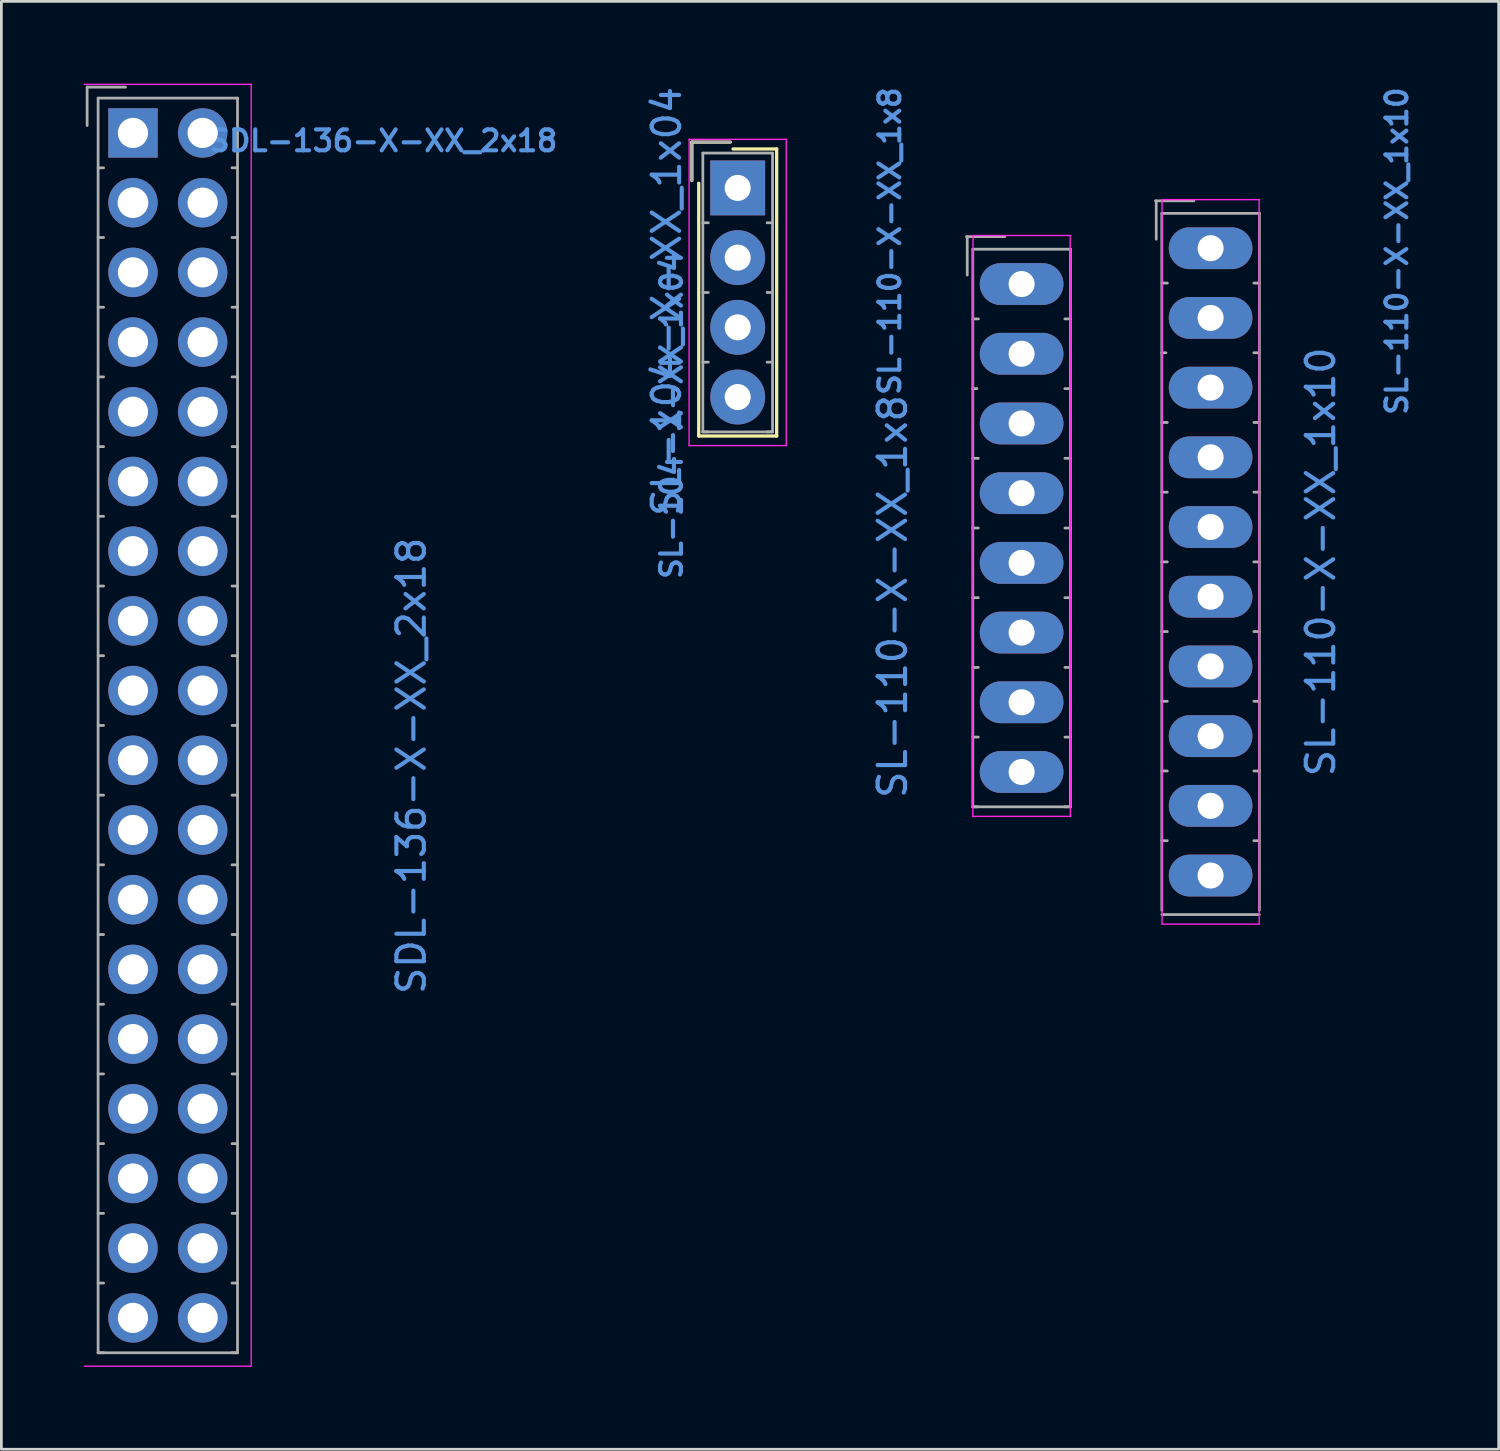
<source format=kicad_pcb>
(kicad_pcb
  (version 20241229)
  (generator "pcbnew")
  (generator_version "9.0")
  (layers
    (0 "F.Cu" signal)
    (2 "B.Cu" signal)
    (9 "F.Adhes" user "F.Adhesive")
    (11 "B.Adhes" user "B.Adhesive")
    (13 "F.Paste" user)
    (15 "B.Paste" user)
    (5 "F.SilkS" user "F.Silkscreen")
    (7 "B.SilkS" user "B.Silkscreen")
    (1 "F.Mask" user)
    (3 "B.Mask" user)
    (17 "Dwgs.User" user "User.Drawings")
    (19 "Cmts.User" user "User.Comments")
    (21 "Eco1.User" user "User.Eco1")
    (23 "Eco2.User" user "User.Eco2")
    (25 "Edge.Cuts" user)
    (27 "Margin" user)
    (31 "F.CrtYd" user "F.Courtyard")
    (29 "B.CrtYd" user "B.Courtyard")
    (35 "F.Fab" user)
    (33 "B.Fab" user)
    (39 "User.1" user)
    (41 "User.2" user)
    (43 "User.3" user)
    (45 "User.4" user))
  (footprint "SDL-136-X-XX_2x18"
    (layer "F.Cu")
    (at 1.795 1.795)
    (property "Reference" "SDL-136-X-XX_2x18" (at 9.119 0.287 0) (layer "Cmts.User") (effects (font (size 0.762 0.762) (thickness 0.15))))
    (attr through_hole)
    (fp_line (start -1.77 44.94) (end 4.31 44.94) (stroke (width 0.05) (type solid)) (layer "F.CrtYd"))
    (fp_line (start 4.31 -1.77) (end -1.77 -1.77) (stroke (width 0.05) (type solid)) (layer "F.CrtYd"))
    (fp_line (start 4.31 44.94) (end 4.31 -1.77) (stroke (width 0.05) (type solid)) (layer "F.CrtYd"))
    (fp_line (start -1.67 -1.67) (end -1.67 -0.27) (stroke (width 0.1) (type solid)) (layer "F.Fab"))
    (fp_line (start -1.27 -1.27) (end -1.27 44.45) (stroke (width 0.1) (type solid)) (layer "F.Fab"))
    (fp_line (start -1.27 1.27) (end -1.07 1.27) (stroke (width 0.1) (type solid)) (layer "F.Fab"))
    (fp_line (start -1.27 3.81) (end -1.07 3.81) (stroke (width 0.1) (type solid)) (layer "F.Fab"))
    (fp_line (start -1.27 6.35) (end -1.07 6.35) (stroke (width 0.1) (type solid)) (layer "F.Fab"))
    (fp_line (start -1.27 8.89) (end -1.07 8.89) (stroke (width 0.1) (type solid)) (layer "F.Fab"))
    (fp_line (start -1.27 11.43) (end -1.07 11.43) (stroke (width 0.1) (type solid)) (layer "F.Fab"))
    (fp_line (start -1.27 13.97) (end -1.07 13.97) (stroke (width 0.1) (type solid)) (layer "F.Fab"))
    (fp_line (start -1.27 16.51) (end -1.07 16.51) (stroke (width 0.1) (type solid)) (layer "F.Fab"))
    (fp_line (start -1.27 19.05) (end -1.07 19.05) (stroke (width 0.1) (type solid)) (layer "F.Fab"))
    (fp_line (start -1.27 21.59) (end -1.07 21.59) (stroke (width 0.1) (type solid)) (layer "F.Fab"))
    (fp_line (start -1.27 24.13) (end -1.07 24.13) (stroke (width 0.1) (type solid)) (layer "F.Fab"))
    (fp_line (start -1.27 26.67) (end -1.07 26.67) (stroke (width 0.1) (type solid)) (layer "F.Fab"))
    (fp_line (start -1.27 29.21) (end -1.07 29.21) (stroke (width 0.1) (type solid)) (layer "F.Fab"))
    (fp_line (start -1.27 31.75) (end -1.07 31.75) (stroke (width 0.1) (type solid)) (layer "F.Fab"))
    (fp_line (start -1.27 34.29) (end -1.07 34.29) (stroke (width 0.1) (type solid)) (layer "F.Fab"))
    (fp_line (start -1.27 36.83) (end -1.07 36.83) (stroke (width 0.1) (type solid)) (layer "F.Fab"))
    (fp_line (start -1.27 39.37) (end -1.07 39.37) (stroke (width 0.1) (type solid)) (layer "F.Fab"))
    (fp_line (start -1.27 41.91) (end -1.07 41.91) (stroke (width 0.1) (type solid)) (layer "F.Fab"))
    (fp_line (start -1.27 44.45) (end -1.07 44.45) (stroke (width 0.1) (type solid)) (layer "F.Fab"))
    (fp_line (start -1.27 44.45) (end 3.81 44.45) (stroke (width 0.1) (type solid)) (layer "F.Fab"))
    (fp_line (start -0.27 -1.67) (end -1.67 -1.67) (stroke (width 0.1) (type solid)) (layer "F.Fab"))
    (fp_line (start 3.81 -1.27) (end -1.27 -1.27) (stroke (width 0.1) (type solid)) (layer "F.Fab"))
    (fp_line (start 3.81 1.27) (end 3.61 1.27) (stroke (width 0.1) (type solid)) (layer "F.Fab"))
    (fp_line (start 3.81 3.81) (end 3.61 3.81) (stroke (width 0.1) (type solid)) (layer "F.Fab"))
    (fp_line (start 3.81 6.35) (end 3.61 6.35) (stroke (width 0.1) (type solid)) (layer "F.Fab"))
    (fp_line (start 3.81 8.89) (end 3.61 8.89) (stroke (width 0.1) (type solid)) (layer "F.Fab"))
    (fp_line (start 3.81 11.43) (end 3.61 11.43) (stroke (width 0.1) (type solid)) (layer "F.Fab"))
    (fp_line (start 3.81 13.97) (end 3.61 13.97) (stroke (width 0.1) (type solid)) (layer "F.Fab"))
    (fp_line (start 3.81 16.51) (end 3.61 16.51) (stroke (width 0.1) (type solid)) (layer "F.Fab"))
    (fp_line (start 3.81 19.05) (end 3.61 19.05) (stroke (width 0.1) (type solid)) (layer "F.Fab"))
    (fp_line (start 3.81 21.59) (end 3.61 21.59) (stroke (width 0.1) (type solid)) (layer "F.Fab"))
    (fp_line (start 3.81 24.13) (end 3.61 24.13) (stroke (width 0.1) (type solid)) (layer "F.Fab"))
    (fp_line (start 3.81 26.67) (end 3.61 26.67) (stroke (width 0.1) (type solid)) (layer "F.Fab"))
    (fp_line (start 3.81 29.21) (end 3.61 29.21) (stroke (width 0.1) (type solid)) (layer "F.Fab"))
    (fp_line (start 3.81 31.75) (end 3.61 31.75) (stroke (width 0.1) (type solid)) (layer "F.Fab"))
    (fp_line (start 3.81 34.29) (end 3.61 34.29) (stroke (width 0.1) (type solid)) (layer "F.Fab"))
    (fp_line (start 3.81 36.83) (end 3.61 36.83) (stroke (width 0.1) (type solid)) (layer "F.Fab"))
    (fp_line (start 3.81 39.37) (end 3.61 39.37) (stroke (width 0.1) (type solid)) (layer "F.Fab"))
    (fp_line (start 3.81 41.91) (end 3.61 41.91) (stroke (width 0.1) (type solid)) (layer "F.Fab"))
    (fp_line (start 3.81 44.45) (end 3.61 44.45) (stroke (width 0.1) (type solid)) (layer "F.Fab"))
    (fp_line (start 3.81 44.45) (end 3.81 -1.27) (stroke (width 0.1) (type solid)) (layer "F.Fab"))
    (fp_text user "${REFERENCE}" (at 10.144 23.062 90) (layer "Cmts.User") (effects (font (size 1 1) (thickness 0.15))))
    (pad "1" thru_hole rect (at 0 0) (size 1.8 1.8) (drill 1.1) (layers "*.Cu" "*.Mask"))
    (pad "2" thru_hole circle (at 2.54 0) (size 1.8 1.8) (drill 1.1) (layers "*.Cu" "*.Mask"))
    (pad "3" thru_hole circle (at 0 2.54) (size 1.8 1.8) (drill 1.12) (layers "*.Cu" "*.Mask"))
    (pad "4" thru_hole circle (at 2.54 2.54) (size 1.8 1.8) (drill 1.1) (layers "*.Cu" "*.Mask"))
    (pad "5" thru_hole circle (at 0 5.08) (size 1.8 1.8) (drill 1.1) (layers "*.Cu" "*.Mask"))
    (pad "6" thru_hole circle (at 2.54 5.08) (size 1.8 1.8) (drill 1.1) (layers "*.Cu" "*.Mask"))
    (pad "7" thru_hole circle (at 0 7.62) (size 1.8 1.8) (drill 1.1) (layers "*.Cu" "*.Mask"))
    (pad "8" thru_hole circle (at 2.54 7.62) (size 1.8 1.8) (drill 1.1) (layers "*.Cu" "*.Mask"))
    (pad "9" thru_hole circle (at 0 10.16) (size 1.8 1.8) (drill 1.1) (layers "*.Cu" "*.Mask"))
    (pad "10" thru_hole circle (at 2.54 10.16) (size 1.8 1.8) (drill 1.1) (layers "*.Cu" "*.Mask"))
    (pad "11" thru_hole circle (at 0 12.7) (size 1.8 1.8) (drill 1.1) (layers "*.Cu" "*.Mask"))
    (pad "12" thru_hole circle (at 2.54 12.7) (size 1.8 1.8) (drill 1.1) (layers "*.Cu" "*.Mask"))
    (pad "13" thru_hole circle (at 0 15.24) (size 1.8 1.8) (drill 1.1) (layers "*.Cu" "*.Mask"))
    (pad "14" thru_hole circle (at 2.54 15.24) (size 1.8 1.8) (drill 1.1) (layers "*.Cu" "*.Mask"))
    (pad "15" thru_hole circle (at 0 17.78) (size 1.8 1.8) (drill 1.1) (layers "*.Cu" "*.Mask"))
    (pad "16" thru_hole circle (at 2.54 17.78) (size 1.8 1.8) (drill 1.1) (layers "*.Cu" "*.Mask"))
    (pad "17" thru_hole circle (at 0 20.32) (size 1.8 1.8) (drill 1.1) (layers "*.Cu" "*.Mask"))
    (pad "18" thru_hole circle (at 2.54 20.32) (size 1.8 1.8) (drill 1.1) (layers "*.Cu" "*.Mask"))
    (pad "19" thru_hole circle (at 0 22.86) (size 1.8 1.8) (drill 1.1) (layers "*.Cu" "*.Mask"))
    (pad "20" thru_hole circle (at 2.54 22.86) (size 1.8 1.8) (drill 1.1) (layers "*.Cu" "*.Mask"))
    (pad "21" thru_hole circle (at 0 25.4) (size 1.8 1.8) (drill 1.1) (layers "*.Cu" "*.Mask"))
    (pad "22" thru_hole circle (at 2.54 25.4) (size 1.8 1.8) (drill 1.1) (layers "*.Cu" "*.Mask"))
    (pad "23" thru_hole circle (at 0 27.94) (size 1.8 1.8) (drill 1.1) (layers "*.Cu" "*.Mask"))
    (pad "24" thru_hole circle (at 2.54 27.94) (size 1.8 1.8) (drill 1.1) (layers "*.Cu" "*.Mask"))
    (pad "25" thru_hole circle (at 0 30.48) (size 1.8 1.8) (drill 1.1) (layers "*.Cu" "*.Mask"))
    (pad "26" thru_hole circle (at 2.54 30.48) (size 1.8 1.8) (drill 1.1) (layers "*.Cu" "*.Mask"))
    (pad "27" thru_hole circle (at 0 33.02) (size 1.8 1.8) (drill 1.1) (layers "*.Cu" "*.Mask"))
    (pad "28" thru_hole circle (at 2.54 33.02) (size 1.8 1.8) (drill 1.1) (layers "*.Cu" "*.Mask"))
    (pad "29" thru_hole circle (at 0 35.56) (size 1.8 1.8) (drill 1.1) (layers "*.Cu" "*.Mask"))
    (pad "30" thru_hole circle (at 2.54 35.56) (size 1.8 1.8) (drill 1.1) (layers "*.Cu" "*.Mask"))
    (pad "31" thru_hole circle (at 0 38.1) (size 1.8 1.8) (drill 1.1) (layers "*.Cu" "*.Mask"))
    (pad "32" thru_hole circle (at 2.54 38.1) (size 1.8 1.8) (drill 1.1) (layers "*.Cu" "*.Mask"))
    (pad "33" thru_hole circle (at 0 40.64) (size 1.8 1.8) (drill 1.1) (layers "*.Cu" "*.Mask"))
    (pad "34" thru_hole circle (at 2.54 40.64) (size 1.8 1.8) (drill 1.1) (layers "*.Cu" "*.Mask"))
    (pad "35" thru_hole circle (at 0 43.18) (size 1.8 1.8) (drill 1.1) (layers "*.Cu" "*.Mask"))
    (pad "36" thru_hole circle (at 2.54 43.18) (size 1.8 1.8) (drill 1.1) (layers "*.Cu" "*.Mask")))
  (footprint "SL-110-X-XX_1x8"
    (layer "F.Cu")
    (at 34.178 7.301)
    (property "Reference" "SL-110-X-XX_1x8" (at -4.802 -1.564 90) (layer "Cmts.User") (effects (font (size 0.762 0.762) (thickness 0.15))))
    (attr through_hole)
    (fp_line (start -1.77 -1.77) (end -1.778 19.406) (stroke (width 0.05) (type solid)) (layer "F.CrtYd"))
    (fp_line (start -1.77 19.398) (end 1.77 19.398) (stroke (width 0.05) (type solid)) (layer "F.CrtYd"))
    (fp_line (start 1.77 -1.77) (end -1.77 -1.77) (stroke (width 0.05) (type solid)) (layer "F.CrtYd"))
    (fp_line (start 1.778 19.406) (end 1.77 -1.77) (stroke (width 0.05) (type solid)) (layer "F.CrtYd"))
    (fp_line (start -1.981 -1.727) (end -1.981 -0.327) (stroke (width 0.1) (type solid)) (layer "F.Fab"))
    (fp_line (start -1.778 -1.27) (end -1.778 19.05) (stroke (width 0.1) (type solid)) (layer "F.Fab"))
    (fp_line (start -1.778 3.81) (end -1.626 3.81) (stroke (width 0.1) (type solid)) (layer "F.Fab"))
    (fp_line (start -1.778 6.35) (end -1.578 6.35) (stroke (width 0.1) (type solid)) (layer "F.Fab"))
    (fp_line (start -1.778 8.89) (end -1.578 8.89) (stroke (width 0.1) (type solid)) (layer "F.Fab"))
    (fp_line (start -1.778 11.43) (end -1.578 11.43) (stroke (width 0.1) (type solid)) (layer "F.Fab"))
    (fp_line (start -1.778 13.97) (end -1.578 13.97) (stroke (width 0.1) (type solid)) (layer "F.Fab"))
    (fp_line (start -1.778 16.51) (end -1.578 16.51) (stroke (width 0.1) (type solid)) (layer "F.Fab"))
    (fp_line (start -1.778 19.05) (end -1.578 19.05) (stroke (width 0.1) (type solid)) (layer "F.Fab"))
    (fp_line (start -1.778 19.05) (end 1.778 19.05) (stroke (width 0.1) (type solid)) (layer "F.Fab"))
    (fp_line (start -1.775 1.27) (end -1.575 1.27) (stroke (width 0.1) (type solid)) (layer "F.Fab"))
    (fp_line (start -0.61 -1.727) (end -2.01 -1.727) (stroke (width 0.1) (type solid)) (layer "F.Fab"))
    (fp_line (start 1.775 1.27) (end 1.575 1.27) (stroke (width 0.1) (type solid)) (layer "F.Fab"))
    (fp_line (start 1.775 3.81) (end 1.575 3.81) (stroke (width 0.1) (type solid)) (layer "F.Fab"))
    (fp_line (start 1.775 11.43) (end 1.575 11.43) (stroke (width 0.1) (type solid)) (layer "F.Fab"))
    (fp_line (start 1.778 -1.27) (end -1.778 -1.27) (stroke (width 0.1) (type solid)) (layer "F.Fab"))
    (fp_line (start 1.778 6.35) (end 1.578 6.35) (stroke (width 0.1) (type solid)) (layer "F.Fab"))
    (fp_line (start 1.778 8.89) (end 1.578 8.89) (stroke (width 0.1) (type solid)) (layer "F.Fab"))
    (fp_line (start 1.778 13.97) (end 1.578 13.97) (stroke (width 0.1) (type solid)) (layer "F.Fab"))
    (fp_line (start 1.778 16.51) (end 1.578 16.51) (stroke (width 0.1) (type solid)) (layer "F.Fab"))
    (fp_line (start 1.778 19.05) (end 1.578 19.05) (stroke (width 0.1) (type solid)) (layer "F.Fab"))
    (fp_line (start 1.778 19.05) (end 1.778 -1.27) (stroke (width 0.1) (type solid)) (layer "F.Fab"))
    (fp_text user "${REFERENCE}" (at -4.702 11.386 90) (layer "Cmts.User") (effects (font (size 1 1) (thickness 0.15))))
    (pad "1" thru_hole oval (at 0 0) (size 3.048 1.524) (drill 0.95) (layers "*.Cu" "*.Mask"))
    (pad "2" thru_hole oval (at 0 2.54) (size 3.048 1.524) (drill 0.95) (layers "*.Cu" "*.Mask"))
    (pad "3" thru_hole oval (at 0 5.08) (size 3.048 1.524) (drill 0.95) (layers "*.Cu" "*.Mask"))
    (pad "4" thru_hole oval (at 0 7.62) (size 3.048 1.524) (drill 0.95) (layers "*.Cu" "*.Mask"))
    (pad "5" thru_hole oval (at 0 10.16) (size 3.048 1.524) (drill 0.95) (layers "*.Cu" "*.Mask"))
    (pad "6" thru_hole oval (at 0 12.7) (size 3.048 1.524) (drill 0.95) (layers "*.Cu" "*.Mask"))
    (pad "7" thru_hole oval (at 0 15.24) (size 3.048 1.524) (drill 0.95) (layers "*.Cu" "*.Mask"))
    (pad "8" thru_hole oval (at 0 17.78) (size 3.048 1.524) (drill 0.95) (layers "*.Cu" "*.Mask")))
  (footprint "SL-104-X-XX_1x04"
    (layer "F.Cu")
    (at 23.832 3.798)
    (property "Reference" "SL-104-X-XX_1x04" (at -2.413 8.28 90) (layer "Cmts.User") (effects (font (size 0.762 0.762) (thickness 0.15))))
    (attr through_hole)
    (fp_line (start -1.67 -1.67) (end -1.67 -0.27) (stroke (width 0.12) (type solid)) (layer "F.SilkS"))
    (fp_line (start -1.42 9.04) (end -1.42 -0.17) (stroke (width 0.12) (type solid)) (layer "F.SilkS"))
    (fp_line (start -0.27 -1.67) (end -1.67 -1.67) (stroke (width 0.12) (type solid)) (layer "F.SilkS"))
    (fp_line (start -0.17 -1.42) (end 1.42 -1.42) (stroke (width 0.12) (type solid)) (layer "F.SilkS"))
    (fp_line (start 1.42 -1.42) (end 1.42 9.04) (stroke (width 0.12) (type solid)) (layer "F.SilkS"))
    (fp_line (start 1.42 9.04) (end -1.42 9.04) (stroke (width 0.12) (type solid)) (layer "F.SilkS"))
    (fp_line (start -1.77 -1.77) (end -1.77 9.39) (stroke (width 0.05) (type solid)) (layer "F.CrtYd"))
    (fp_line (start -1.77 9.39) (end 1.77 9.39) (stroke (width 0.05) (type solid)) (layer "F.CrtYd"))
    (fp_line (start 1.77 -1.77) (end -1.77 -1.77) (stroke (width 0.05) (type solid)) (layer "F.CrtYd"))
    (fp_line (start 1.77 9.39) (end 1.77 -1.77) (stroke (width 0.05) (type solid)) (layer "F.CrtYd"))
    (fp_line (start -1.67 -1.67) (end -1.67 -0.27) (stroke (width 0.1) (type solid)) (layer "F.Fab"))
    (fp_line (start -1.27 -1.27) (end -1.27 8.89) (stroke (width 0.1) (type solid)) (layer "F.Fab"))
    (fp_line (start -1.27 1.27) (end -1.07 1.27) (stroke (width 0.1) (type solid)) (layer "F.Fab"))
    (fp_line (start -1.27 3.81) (end -1.07 3.81) (stroke (width 0.1) (type solid)) (layer "F.Fab"))
    (fp_line (start -1.27 6.35) (end -1.07 6.35) (stroke (width 0.1) (type solid)) (layer "F.Fab"))
    (fp_line (start -1.27 8.89) (end -1.07 8.89) (stroke (width 0.1) (type solid)) (layer "F.Fab"))
    (fp_line (start -1.27 8.89) (end 1.27 8.89) (stroke (width 0.1) (type solid)) (layer "F.Fab"))
    (fp_line (start -0.27 -1.67) (end -1.67 -1.67) (stroke (width 0.1) (type solid)) (layer "F.Fab"))
    (fp_line (start 1.27 -1.27) (end -1.27 -1.27) (stroke (width 0.1) (type solid)) (layer "F.Fab"))
    (fp_line (start 1.27 1.27) (end 1.07 1.27) (stroke (width 0.1) (type solid)) (layer "F.Fab"))
    (fp_line (start 1.27 3.81) (end 1.07 3.81) (stroke (width 0.1) (type solid)) (layer "F.Fab"))
    (fp_line (start 1.27 6.35) (end 1.07 6.35) (stroke (width 0.1) (type solid)) (layer "F.Fab"))
    (fp_line (start 1.27 8.89) (end 1.07 8.89) (stroke (width 0.1) (type solid)) (layer "F.Fab"))
    (fp_line (start 1.27 8.89) (end 1.27 -1.27) (stroke (width 0.1) (type solid)) (layer "F.Fab"))
    (fp_text user "${REFERENCE}" (at -2.589 4.136 90) (layer "Cmts.User") (effects (font (size 1 1) (thickness 0.15))))
    (pad "1" thru_hole rect (at 0 0) (size 2 2) (drill 0.95) (layers "*.Cu" "*.Mask"))
    (pad "2" thru_hole circle (at 0 2.54) (size 2 2) (drill 0.95) (layers "*.Cu" "*.Mask"))
    (pad "3" thru_hole circle (at 0 5.08) (size 2 2) (drill 0.95) (layers "*.Cu" "*.Mask"))
    (pad "4" thru_hole circle (at 0 7.62) (size 2 2) (drill 0.95) (layers "*.Cu" "*.Mask")))
  (footprint "SL-110-X-XX_1x10"
    (layer "F.Cu")
    (at 41.065 5.995)
    (property "Reference" "SL-110-X-XX_1x10" (at 6.788 0.105 90) (layer "Cmts.User") (effects (font (size 0.762 0.762) (thickness 0.15))))
    (attr through_hole)
    (fp_line (start -1.77 -1.77) (end -1.77 24.63) (stroke (width 0.05) (type solid)) (layer "F.CrtYd"))
    (fp_line (start -1.77 24.63) (end 1.77 24.63) (stroke (width 0.05) (type solid)) (layer "F.CrtYd"))
    (fp_line (start 1.77 -1.77) (end -1.77 -1.77) (stroke (width 0.05) (type solid)) (layer "F.CrtYd"))
    (fp_line (start 1.77 24.63) (end 1.77 -1.77) (stroke (width 0.05) (type solid)) (layer "F.CrtYd"))
    (fp_line (start -1.981 -1.727) (end -1.981 -0.327) (stroke (width 0.1) (type solid)) (layer "F.Fab"))
    (fp_line (start -1.778 -1.27) (end -1.778 24.13) (stroke (width 0.1) (type solid)) (layer "F.Fab"))
    (fp_line (start -1.778 3.81) (end -1.626 3.81) (stroke (width 0.1) (type solid)) (layer "F.Fab"))
    (fp_line (start -1.778 6.35) (end -1.578 6.35) (stroke (width 0.1) (type solid)) (layer "F.Fab"))
    (fp_line (start -1.778 8.89) (end -1.578 8.89) (stroke (width 0.1) (type solid)) (layer "F.Fab"))
    (fp_line (start -1.778 11.43) (end -1.578 11.43) (stroke (width 0.1) (type solid)) (layer "F.Fab"))
    (fp_line (start -1.778 13.97) (end -1.578 13.97) (stroke (width 0.1) (type solid)) (layer "F.Fab"))
    (fp_line (start -1.778 16.51) (end -1.578 16.51) (stroke (width 0.1) (type solid)) (layer "F.Fab"))
    (fp_line (start -1.778 19.05) (end -1.578 19.05) (stroke (width 0.1) (type solid)) (layer "F.Fab"))
    (fp_line (start -1.778 21.59) (end -1.578 21.59) (stroke (width 0.1) (type solid)) (layer "F.Fab"))
    (fp_line (start -1.778 24.282) (end 1.778 24.282) (stroke (width 0.1) (type solid)) (layer "F.Fab"))
    (fp_line (start -1.775 1.27) (end -1.575 1.27) (stroke (width 0.1) (type solid)) (layer "F.Fab"))
    (fp_line (start -0.61 -1.727) (end -2.01 -1.727) (stroke (width 0.1) (type solid)) (layer "F.Fab"))
    (fp_line (start 1.775 1.27) (end 1.575 1.27) (stroke (width 0.1) (type solid)) (layer "F.Fab"))
    (fp_line (start 1.775 3.81) (end 1.575 3.81) (stroke (width 0.1) (type solid)) (layer "F.Fab"))
    (fp_line (start 1.775 11.43) (end 1.575 11.43) (stroke (width 0.1) (type solid)) (layer "F.Fab"))
    (fp_line (start 1.778 -1.27) (end -1.778 -1.27) (stroke (width 0.1) (type solid)) (layer "F.Fab"))
    (fp_line (start 1.778 6.35) (end 1.578 6.35) (stroke (width 0.1) (type solid)) (layer "F.Fab"))
    (fp_line (start 1.778 8.89) (end 1.578 8.89) (stroke (width 0.1) (type solid)) (layer "F.Fab"))
    (fp_line (start 1.778 13.97) (end 1.578 13.97) (stroke (width 0.1) (type solid)) (layer "F.Fab"))
    (fp_line (start 1.778 16.51) (end 1.578 16.51) (stroke (width 0.1) (type solid)) (layer "F.Fab"))
    (fp_line (start 1.778 19.05) (end 1.578 19.05) (stroke (width 0.1) (type solid)) (layer "F.Fab"))
    (fp_line (start 1.778 21.59) (end 1.578 21.59) (stroke (width 0.1) (type solid)) (layer "F.Fab"))
    (fp_line (start 1.778 24.13) (end 1.778 -1.27) (stroke (width 0.1) (type solid)) (layer "F.Fab"))
    (fp_text user "${REFERENCE}" (at 4.013 11.43 90) (layer "Cmts.User") (effects (font (size 1 1) (thickness 0.15))))
    (pad "1" thru_hole oval (at 0 0) (size 3.048 1.524) (drill 0.95) (layers "*.Cu" "*.Mask"))
    (pad "2" thru_hole oval (at 0 2.54) (size 3.048 1.524) (drill 0.95) (layers "*.Cu" "*.Mask"))
    (pad "3" thru_hole oval (at 0 5.08) (size 3.048 1.524) (drill 0.95) (layers "*.Cu" "*.Mask"))
    (pad "4" thru_hole oval (at 0 7.62) (size 3.048 1.524) (drill 0.95) (layers "*.Cu" "*.Mask"))
    (pad "5" thru_hole oval (at 0 10.16) (size 3.048 1.524) (drill 0.95) (layers "*.Cu" "*.Mask"))
    (pad "6" thru_hole oval (at 0 12.7) (size 3.048 1.524) (drill 0.95) (layers "*.Cu" "*.Mask"))
    (pad "7" thru_hole oval (at 0 15.24) (size 3.048 1.524) (drill 0.95) (layers "*.Cu" "*.Mask"))
    (pad "8" thru_hole oval (at 0 17.78) (size 3.048 1.524) (drill 0.95) (layers "*.Cu" "*.Mask"))
    (pad "9" thru_hole oval (at 0 20.32) (size 3.048 1.524) (drill 0.95) (layers "*.Cu" "*.Mask"))
    (pad "10" thru_hole oval (at 0 22.86) (size 3.048 1.524) (drill 0.95) (layers "*.Cu" "*.Mask")))
  (gr_rect
    (start -3 -3)
    (end 51.563 49.76)
    (stroke (width 0.1) (type default))
    (fill no)
    (layer "Edge.Cuts")))
</source>
